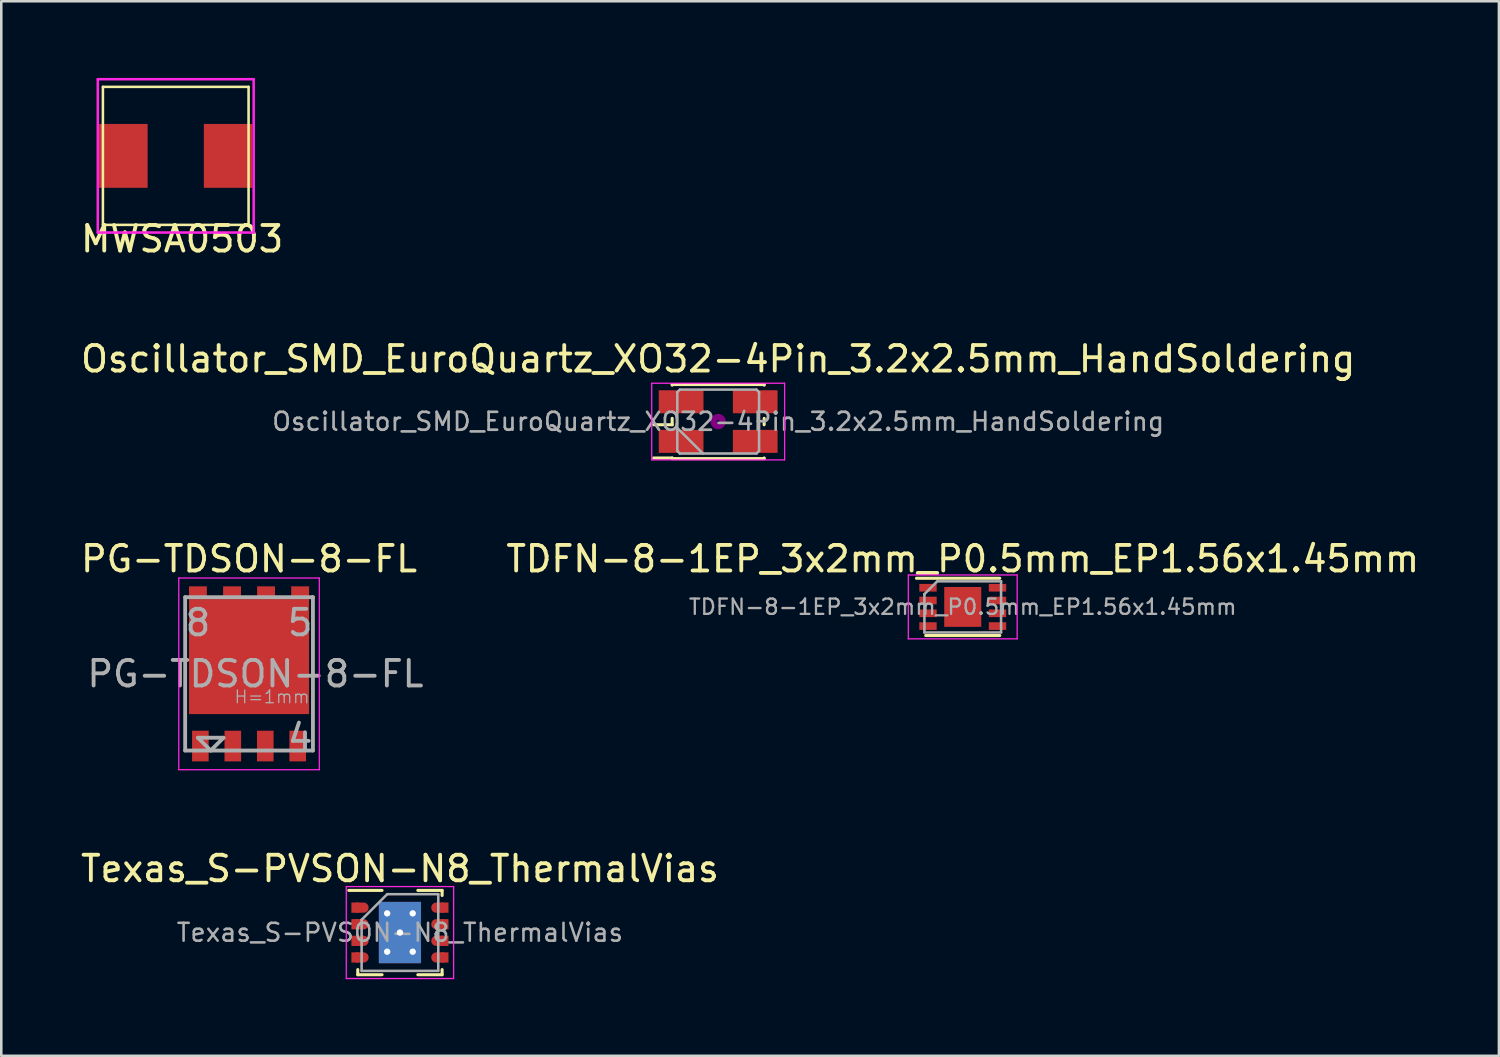
<source format=kicad_pcb>
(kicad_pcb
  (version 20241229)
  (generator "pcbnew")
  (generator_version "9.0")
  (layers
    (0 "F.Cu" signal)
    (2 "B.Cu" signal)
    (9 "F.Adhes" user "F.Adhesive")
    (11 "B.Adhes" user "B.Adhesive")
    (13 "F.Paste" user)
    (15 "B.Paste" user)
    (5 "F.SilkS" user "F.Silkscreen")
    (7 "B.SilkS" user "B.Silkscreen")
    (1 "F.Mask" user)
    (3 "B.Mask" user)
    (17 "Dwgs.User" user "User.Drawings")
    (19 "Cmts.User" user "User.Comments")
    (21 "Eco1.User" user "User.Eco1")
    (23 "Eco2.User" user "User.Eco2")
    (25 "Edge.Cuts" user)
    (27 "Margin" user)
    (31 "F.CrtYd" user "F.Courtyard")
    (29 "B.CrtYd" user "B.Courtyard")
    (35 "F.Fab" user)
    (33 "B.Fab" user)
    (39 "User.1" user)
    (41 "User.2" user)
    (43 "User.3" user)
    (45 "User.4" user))
  (footprint "MWSA0503"
    (layer "F.Cu")
    (at 3.827 3.05)
    (property "Reference" "MWSA0503" (at 0.25 3.25 0) (layer "F.SilkS") (effects (font (size 1 1) (thickness 0.15))))
    (attr through_hole)
    (fp_line (start -2.85 -2.7) (end -2.85 2.7) (stroke (width 0.1) (type solid)) (layer "F.SilkS"))
    (fp_line (start -2.85 -2.7) (end 2.85 -2.7) (stroke (width 0.1) (type solid)) (layer "F.SilkS"))
    (fp_line (start -2.85 2.7) (end 2.85 2.7) (stroke (width 0.1) (type solid)) (layer "F.SilkS"))
    (fp_line (start 2.85 -2.7) (end 2.85 2.7) (stroke (width 0.1) (type solid)) (layer "F.SilkS"))
    (fp_line (start -3.05 -3) (end 3.05 -3) (stroke (width 0.1) (type solid)) (layer "F.CrtYd"))
    (fp_line (start -3.05 3) (end -3.05 -3) (stroke (width 0.1) (type solid)) (layer "F.CrtYd"))
    (fp_line (start 3.05 -3) (end 3.05 3) (stroke (width 0.1) (type solid)) (layer "F.CrtYd"))
    (fp_line (start 3.05 3) (end -3.05 3) (stroke (width 0.1) (type solid)) (layer "F.CrtYd"))
    (pad "1" smd rect (at -2.05 0) (size 1.9 2.5) (layers "F.Cu" "F.Mask" "F.Paste"))
    (pad "2" smd rect (at 2.05 0) (size 1.9 2.5) (layers "F.Cu" "F.Mask" "F.Paste")))
  (footprint "Texas_S-PVSON-N8_ThermalVias"
    (layer "F.Cu")
    (at 12.601 33.443)
    (property "Reference" "Texas_S-PVSON-N8_ThermalVias" (at 0 -2.5 0) (layer "F.SilkS") (effects (font (size 1 1) (thickness 0.15))))
    (attr smd)
    (fp_line (start -2 -1.65) (end -0.7 -1.65) (stroke (width 0.12) (type solid)) (layer "F.SilkS"))
    (fp_line (start -1.65 1.65) (end -1.65 1.45) (stroke (width 0.12) (type solid)) (layer "F.SilkS"))
    (fp_line (start -1.65 1.65) (end -0.7 1.65) (stroke (width 0.12) (type solid)) (layer "F.SilkS"))
    (fp_line (start 0.7 -1.65) (end 1.65 -1.65) (stroke (width 0.12) (type solid)) (layer "F.SilkS"))
    (fp_line (start 0.7 1.65) (end 1.65 1.65) (stroke (width 0.12) (type solid)) (layer "F.SilkS"))
    (fp_line (start 1.65 -1.45) (end 1.65 -1.65) (stroke (width 0.12) (type solid)) (layer "F.SilkS"))
    (fp_line (start 1.65 1.45) (end 1.65 1.65) (stroke (width 0.12) (type solid)) (layer "F.SilkS"))
    (fp_line (start -2.1 -1.8) (end -2.1 1.8) (stroke (width 0.05) (type solid)) (layer "F.CrtYd"))
    (fp_line (start -2.1 -1.8) (end 2.1 -1.8) (stroke (width 0.05) (type solid)) (layer "F.CrtYd"))
    (fp_line (start -2.1 1.8) (end 2.1 1.8) (stroke (width 0.05) (type solid)) (layer "F.CrtYd"))
    (fp_line (start 2.1 -1.8) (end 2.1 1.8) (stroke (width 0.05) (type solid)) (layer "F.CrtYd"))
    (fp_line (start -1.5 1.5) (end -1.5 -0.5) (stroke (width 0.1) (type solid)) (layer "F.Fab"))
    (fp_line (start -0.5 -1.5) (end -1.5 -0.5) (stroke (width 0.1) (type solid)) (layer "F.Fab"))
    (fp_line (start -0.5 -1.5) (end 1.5 -1.5) (stroke (width 0.1) (type solid)) (layer "F.Fab"))
    (fp_line (start 1.5 -1.5) (end 1.5 1.5) (stroke (width 0.1) (type solid)) (layer "F.Fab"))
    (fp_line (start 1.5 1.5) (end -1.5 1.5) (stroke (width 0.1) (type solid)) (layer "F.Fab"))
    (fp_text user "${REFERENCE}" (at 0 0 0) (layer "F.Fab") (effects (font (size 0.7 0.7) (thickness 0.1))))
    (pad "D" thru_hole circle (at -0.5 -0.75) (size 0.6 0.6) (drill 0.25) (layers "*.Cu"))
    (pad "D" thru_hole circle (at -0.5 0.75) (size 0.6 0.6) (drill 0.25) (layers "*.Cu"))
    (pad "D" smd rect (at -0.45 -0.625) (size 0.65 1) (layers "F.Cu" "F.Mask" "F.Paste"))
    (pad "D" smd rect (at -0.45 0.625) (size 0.65 1) (layers "F.Cu" "F.Mask" "F.Paste"))
    (pad "D" thru_hole circle (at 0 0) (size 0.6 0.6) (drill 0.25) (layers "*.Cu"))
    (pad "D" smd rect (at 0 0) (size 1.65 2.4) (layers "F.Cu" "F.Mask"))
    (pad "D" smd rect (at 0 0) (size 1.65 2.4) (layers "B.Cu"))
    (pad "D" smd rect (at 0.45 -0.625) (size 0.65 1) (layers "F.Cu" "F.Mask" "F.Paste"))
    (pad "D" smd rect (at 0.45 0.625) (size 0.65 1) (layers "F.Cu" "F.Mask" "F.Paste"))
    (pad "D" thru_hole circle (at 0.5 -0.75) (size 0.6 0.6) (drill 0.25) (layers "*.Cu"))
    (pad "D" thru_hole circle (at 0.5 0.75) (size 0.6 0.6) (drill 0.25) (layers "*.Cu"))
    (pad "D" smd oval (at 1.55 -0.975) (size 0.65 0.4) (layers "F.Cu" "F.Mask" "F.Paste"))
    (pad "D" smd oval (at 1.55 -0.325) (size 0.65 0.4) (layers "F.Cu" "F.Mask" "F.Paste"))
    (pad "D" smd oval (at 1.55 0.325) (size 0.65 0.4) (layers "F.Cu" "F.Mask" "F.Paste"))
    (pad "D" smd oval (at 1.55 0.975) (size 0.65 0.4) (layers "F.Cu" "F.Mask" "F.Paste"))
    (pad "D" smd rect (at 1.75 -0.975) (size 0.3 0.4) (layers "F.Cu" "F.Mask" "F.Paste"))
    (pad "D" smd rect (at 1.75 -0.325) (size 0.3 0.4) (layers "F.Cu" "F.Mask" "F.Paste"))
    (pad "D" smd rect (at 1.75 0.325) (size 0.3 0.4) (layers "F.Cu" "F.Mask" "F.Paste"))
    (pad "D" smd rect (at 1.75 0.975) (size 0.3 0.4) (layers "F.Cu" "F.Mask" "F.Paste"))
    (pad "G" smd rect (at -1.75 0.975) (size 0.3 0.4) (layers "F.Cu" "F.Mask" "F.Paste"))
    (pad "G" smd oval (at -1.55 0.975) (size 0.65 0.4) (layers "F.Cu" "F.Mask" "F.Paste"))
    (pad "S" smd rect (at -1.75 -0.975) (size 0.3 0.4) (layers "F.Cu" "F.Mask" "F.Paste"))
    (pad "S" smd rect (at -1.75 -0.325) (size 0.3 0.4) (layers "F.Cu" "F.Mask" "F.Paste"))
    (pad "S" smd rect (at -1.75 0.325) (size 0.3 0.4) (layers "F.Cu" "F.Mask" "F.Paste"))
    (pad "S" smd oval (at -1.55 -0.975) (size 0.65 0.4) (layers "F.Cu" "F.Mask" "F.Paste"))
    (pad "S" smd oval (at -1.55 -0.325) (size 0.65 0.4) (layers "F.Cu" "F.Mask" "F.Paste"))
    (pad "S" smd oval (at -1.55 0.325) (size 0.65 0.4) (layers "F.Cu" "F.Mask" "F.Paste")))
  (footprint "Oscillator_SMD_EuroQuartz_XO32-4Pin_3.2x2.5mm_HandSoldering"
    (layer "F.Cu")
    (at 25.054 13.447)
    (property "Reference" "Oscillator_SMD_EuroQuartz_XO32-4Pin_3.2x2.5mm_HandSoldering" (at 0 -2.45 0) (layer "F.SilkS") (effects (font (size 1 1) (thickness 0.15))))
    (attr smd)
    (fp_line (start -2.525 0.125) (end -1.8 0.125) (stroke (width 0.12) (type solid)) (layer "F.SilkS"))
    (fp_line (start -2.525 1.425) (end -1.8 1.425) (stroke (width 0.12) (type solid)) (layer "F.SilkS"))
    (fp_line (start -1.8 -1.45) (end 1.8 -1.45) (stroke (width 0.12) (type solid)) (layer "F.SilkS"))
    (fp_line (start -1.8 -1.425) (end -1.8 -1.45) (stroke (width 0.12) (type solid)) (layer "F.SilkS"))
    (fp_line (start -1.8 0.125) (end -1.8 -0.125) (stroke (width 0.12) (type solid)) (layer "F.SilkS"))
    (fp_line (start -1.8 1.425) (end -1.8 1.45) (stroke (width 0.12) (type solid)) (layer "F.SilkS"))
    (fp_line (start -1.8 1.45) (end 1.8 1.45) (stroke (width 0.12) (type solid)) (layer "F.SilkS"))
    (fp_line (start 1.8 -1.45) (end 1.8 -1.425) (stroke (width 0.12) (type solid)) (layer "F.SilkS"))
    (fp_line (start 1.8 -0.125) (end 1.8 0.125) (stroke (width 0.12) (type solid)) (layer "F.SilkS"))
    (fp_line (start 1.8 1.45) (end 1.8 1.425) (stroke (width 0.12) (type solid)) (layer "F.SilkS"))
    (fp_circle (center 0 0) (end 0.058 0) (stroke (width 0.117) (type solid)) (fill no) (layer "F.Adhes"))
    (fp_circle (center 0 0) (end 0.133 0) (stroke (width 0.083) (type solid)) (fill no) (layer "F.Adhes"))
    (fp_circle (center 0 0) (end 0.208 0) (stroke (width 0.083) (type solid)) (fill no) (layer "F.Adhes"))
    (fp_circle (center 0 0) (end 0.25 0) (stroke (width 0.1) (type solid)) (fill no) (layer "F.Adhes"))
    (fp_line (start -2.6 -1.5) (end -2.6 1.5) (stroke (width 0.05) (type solid)) (layer "F.CrtYd"))
    (fp_line (start -2.6 1.5) (end 2.6 1.5) (stroke (width 0.05) (type solid)) (layer "F.CrtYd"))
    (fp_line (start 2.6 -1.5) (end -2.6 -1.5) (stroke (width 0.05) (type solid)) (layer "F.CrtYd"))
    (fp_line (start 2.6 1.5) (end 2.6 -1.5) (stroke (width 0.05) (type solid)) (layer "F.CrtYd"))
    (fp_line (start -1.6 -1.15) (end -1.5 -1.25) (stroke (width 0.1) (type solid)) (layer "F.Fab"))
    (fp_line (start -1.6 0.25) (end -0.6 1.25) (stroke (width 0.1) (type solid)) (layer "F.Fab"))
    (fp_line (start -1.6 1.15) (end -1.6 -1.15) (stroke (width 0.1) (type solid)) (layer "F.Fab"))
    (fp_line (start -1.5 -1.25) (end 1.5 -1.25) (stroke (width 0.1) (type solid)) (layer "F.Fab"))
    (fp_line (start -1.5 1.25) (end -1.6 1.15) (stroke (width 0.1) (type solid)) (layer "F.Fab"))
    (fp_line (start 1.5 -1.25) (end 1.6 -1.15) (stroke (width 0.1) (type solid)) (layer "F.Fab"))
    (fp_line (start 1.5 1.25) (end -1.5 1.25) (stroke (width 0.1) (type solid)) (layer "F.Fab"))
    (fp_line (start 1.6 -1.15) (end 1.6 1.15) (stroke (width 0.1) (type solid)) (layer "F.Fab"))
    (fp_line (start 1.6 1.15) (end 1.5 1.25) (stroke (width 0.1) (type solid)) (layer "F.Fab"))
    (fp_text user "${REFERENCE}" (at 0 0 0) (layer "F.Fab") (effects (font (size 0.7 0.7) (thickness 0.105))))
    (pad "1" smd rect (at -1.45 0.775) (size 1.75 0.9) (layers "F.Cu" "F.Mask" "F.Paste"))
    (pad "2" smd rect (at 1.45 0.775) (size 1.75 0.9) (layers "F.Cu" "F.Mask" "F.Paste"))
    (pad "3" smd rect (at 1.45 -0.775) (size 1.75 0.9) (layers "F.Cu" "F.Mask" "F.Paste"))
    (pad "4" smd rect (at -1.45 -0.775) (size 1.75 0.9) (layers "F.Cu" "F.Mask" "F.Paste")))
  (footprint "TDFN-8-1EP_3x2mm_P0.5mm_EP1.56x1.45mm"
    (layer "F.Cu")
    (at 34.625 20.7)
    (property "Reference" "TDFN-8-1EP_3x2mm_P0.5mm_EP1.56x1.45mm" (at 0 -1.88 0) (layer "F.SilkS") (effects (font (size 1 1) (thickness 0.15))))
    (attr smd)
    (fp_line (start -1.81 -1.12) (end 1.45 -1.12) (stroke (width 0.12) (type solid)) (layer "F.SilkS"))
    (fp_line (start -1.45 1.12) (end 1.45 1.12) (stroke (width 0.12) (type solid)) (layer "F.SilkS"))
    (fp_line (start -2.13 -1.25) (end -2.13 1.25) (stroke (width 0.05) (type solid)) (layer "F.CrtYd"))
    (fp_line (start -2.13 1.25) (end 2.13 1.25) (stroke (width 0.05) (type solid)) (layer "F.CrtYd"))
    (fp_line (start 2.13 -1.25) (end -2.13 -1.25) (stroke (width 0.05) (type solid)) (layer "F.CrtYd"))
    (fp_line (start 2.13 1.25) (end 2.13 -1.25) (stroke (width 0.05) (type solid)) (layer "F.CrtYd"))
    (fp_line (start -1.5 -0.5) (end -1.5 1) (stroke (width 0.1) (type solid)) (layer "F.Fab"))
    (fp_line (start -1.5 1) (end 1.5 1) (stroke (width 0.1) (type solid)) (layer "F.Fab"))
    (fp_line (start -1 -1) (end -1.5 -0.5) (stroke (width 0.1) (type solid)) (layer "F.Fab"))
    (fp_line (start 1.5 -1) (end -1 -1) (stroke (width 0.1) (type solid)) (layer "F.Fab"))
    (fp_line (start 1.5 1) (end 1.5 -1) (stroke (width 0.1) (type solid)) (layer "F.Fab"))
    (fp_text user "${REFERENCE}" (at 0 0 0) (layer "F.Fab") (effects (font (size 0.6 0.6) (thickness 0.09))))
    (pad "" smd rect (at 0 -0.5) (size 0.7 0.5) (layers "F.Paste"))
    (pad "" smd rect (at 0 0) (size 1.4 0.7) (layers "F.Paste"))
    (pad "" smd rect (at 0 0.4) (size 0.7 0.65) (layers "F.Paste"))
    (pad "1" smd rect (at -1.36 -0.75) (size 0.68 0.3) (layers "F.Cu" "F.Mask" "F.Paste"))
    (pad "2" smd rect (at -1.36 -0.25) (size 0.68 0.3) (layers "F.Cu" "F.Mask" "F.Paste"))
    (pad "3" smd rect (at -1.36 0.25) (size 0.68 0.3) (layers "F.Cu" "F.Mask" "F.Paste"))
    (pad "4" smd rect (at -1.36 0.75) (size 0.68 0.3) (layers "F.Cu" "F.Mask" "F.Paste"))
    (pad "5" smd rect (at 1.36 0.75) (size 0.68 0.3) (layers "F.Cu" "F.Mask" "F.Paste"))
    (pad "6" smd rect (at 1.36 0.25) (size 0.68 0.3) (layers "F.Cu" "F.Mask" "F.Paste"))
    (pad "7" smd rect (at 1.36 -0.25) (size 0.68 0.3) (layers "F.Cu" "F.Mask" "F.Paste"))
    (pad "8" smd rect (at 1.36 -0.75) (size 0.68 0.3) (layers "F.Cu" "F.Mask" "F.Paste"))
    (pad "9" smd rect (at 0 0) (size 1.45 1.56) (layers "F.Cu" "F.Mask")))
  (footprint "PG-TDSON-8-FL"
    (layer "F.Cu")
    (at 6.696 23.32)
    (property "Reference" "PG-TDSON-8-FL" (at 0 -4.5 0) (layer "F.SilkS") (effects (font (size 1 1) (thickness 0.15))))
    (attr smd)
    (fp_line (start -2.75 3.75) (end -2.75 -3.75) (stroke (width 0.05) (type solid)) (layer "F.CrtYd"))
    (fp_line (start 2.75 -3.75) (end -2.75 -3.75) (stroke (width 0.05) (type solid)) (layer "F.CrtYd"))
    (fp_line (start 2.75 -3.75) (end 2.75 3.75) (stroke (width 0.05) (type solid)) (layer "F.CrtYd"))
    (fp_line (start 2.75 3.75) (end -2.75 3.75) (stroke (width 0.05) (type solid)) (layer "F.CrtYd"))
    (fp_line (start -2.5 -3) (end -2.5 3) (stroke (width 0.15) (type solid)) (layer "F.Fab"))
    (fp_line (start -2.5 3) (end 2.5 3) (stroke (width 0.15) (type solid)) (layer "F.Fab"))
    (fp_line (start -2 2.5) (end -1.5 3) (stroke (width 0.15) (type solid)) (layer "F.Fab"))
    (fp_line (start -1.5 3) (end -1 2.5) (stroke (width 0.15) (type solid)) (layer "F.Fab"))
    (fp_line (start -1 2.5) (end -2 2.5) (stroke (width 0.15) (type solid)) (layer "F.Fab"))
    (fp_line (start 2.5 -3) (end -2.5 -3) (stroke (width 0.15) (type solid)) (layer "F.Fab"))
    (fp_line (start 2.5 3) (end 2.5 -3) (stroke (width 0.15) (type solid)) (layer "F.Fab"))
    (fp_text user "5" (at 2 -2 0) (layer "F.Fab") (effects (font (size 1 1) (thickness 0.15))))
    (fp_text user "4" (at 2 2.5 0) (layer "F.Fab") (effects (font (size 1 1) (thickness 0.15))))
    (fp_text user "8" (at -2 -2 0) (layer "F.Fab") (effects (font (size 1 1) (thickness 0.15))))
    (fp_text user "${REFERENCE}" (at 0.25 0 0) (layer "F.Fab") (effects (font (size 1 1) (thickness 0.15))))
    (fp_text user "H=1mm" (at 0.9 0.9 0) (layer "F.Fab") (effects (font (size 0.5 0.5) (thickness 0.05))))
    (pad "" smd rect (at -1 -1.5) (size 1.5 1.5) (layers "F.Mask" "F.Paste"))
    (pad "" smd rect (at -1 0.5) (size 1.5 1.5) (layers "F.Mask" "F.Paste"))
    (pad "" smd rect (at 1 -1.5) (size 1.5 1.5) (layers "F.Mask" "F.Paste"))
    (pad "" smd rect (at 1 0.5) (size 1.5 1.5) (layers "F.Mask" "F.Paste"))
    (pad "D" smd rect (at -2 -3.175) (size 0.7 0.5) (layers "F.Cu" "F.Mask" "F.Paste"))
    (pad "D" smd rect (at -0.665 -3.175) (size 0.7 0.5) (layers "F.Cu" "F.Mask" "F.Paste"))
    (pad "D" smd rect (at 0 -0.675) (size 4.7 4.5) (layers "F.Cu" "F.Mask"))
    (pad "D" smd rect (at 0.665 -3.175) (size 0.7 0.5) (layers "F.Cu" "F.Mask" "F.Paste"))
    (pad "D" smd rect (at 2 -3.175) (size 0.7 0.5) (layers "F.Cu" "F.Mask" "F.Paste"))
    (pad "G" smd rect (at 1.905 2.825) (size 0.65 1.2) (layers "F.Cu" "F.Mask" "F.Paste"))
    (pad "S" smd rect (at -1.905 2.825) (size 0.65 1.2) (layers "F.Cu" "F.Mask" "F.Paste"))
    (pad "S" smd rect (at -0.635 2.825) (size 0.65 1.2) (layers "F.Cu" "F.Mask" "F.Paste"))
    (pad "S" smd rect (at 0.635 2.825) (size 0.65 1.2) (layers "F.Cu" "F.Mask" "F.Paste")))
  (gr_rect
    (start -3 -3)
    (end 55.607 38.268)
    (stroke (width 0.1) (type default))
    (fill no)
    (layer "Edge.Cuts")))
</source>
